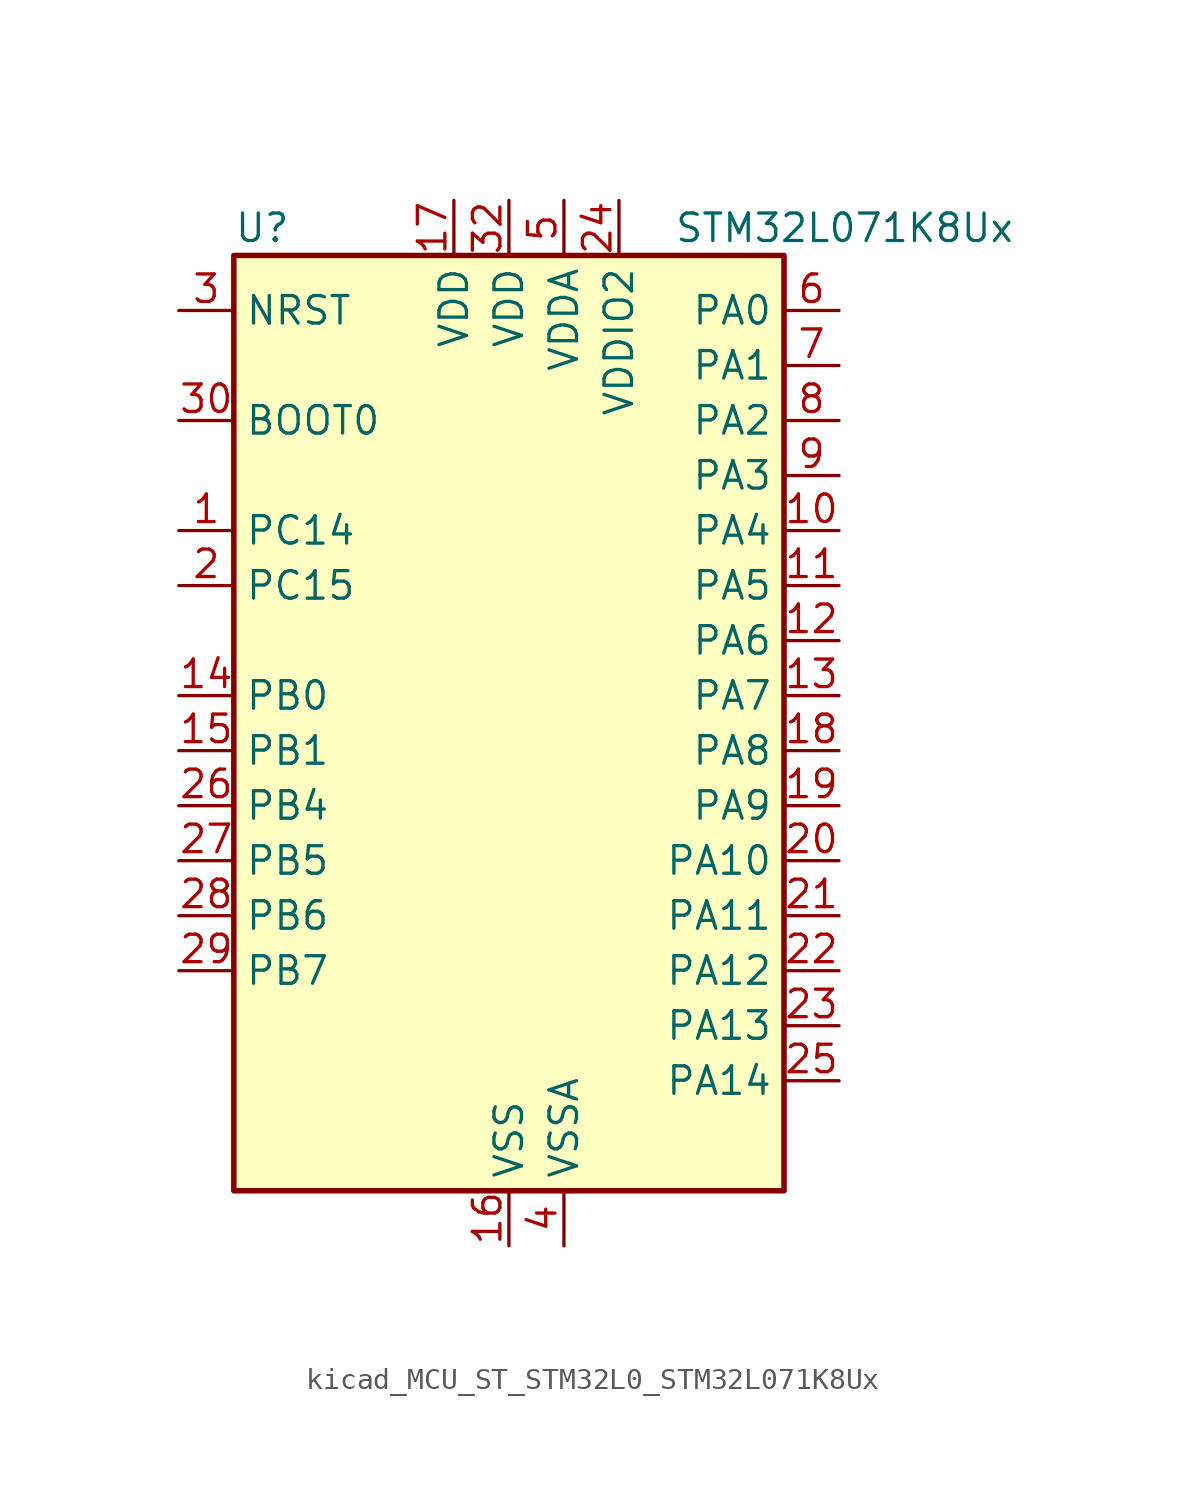
<source format=kicad_sym>
(kicad_symbol_lib
  (version 20220914)
  (generator kicad_symbol_editor)
  (symbol "kicad_MCU_ST_STM32L0_STM32L071K8Ux"
    (property "Reference" "U"
      (at -12.7 24.13 0)
      (effects (font (size 1.27 1.27)) (justify left)))
    (property "Value" "STM32L071K8Ux"
      (at 7.62 24.13 0)
      (effects (font (size 1.27 1.27)) (justify left)))
    (property "ki_locked" ""
      (at 0 0 0)
      (effects (font (size 1.27 1.27))))
    (symbol "kicad_MCU_ST_STM32L0_STM32L071K8Ux_0_1"
      (rectangle (start -12.7 -20.32) (end 12.7 22.86) (stroke (width 0.254) (type default)) (fill (type background))))
    (symbol "kicad_MCU_ST_STM32L0_STM32L071K8Ux_1_1"
      (pin bidirectional line (at -15.24 10.16 0) (length 2.54) (name "PC14" (effects (font (size 1.27 1.27)))) (number "1" (effects (font (size 1.27 1.27)))) (alternate "RCC_OSC32_IN" bidirectional line))
      (pin bidirectional line (at 15.24 10.16 180) (length 2.54) (name "PA4" (effects (font (size 1.27 1.27)))) (number "10" (effects (font (size 1.27 1.27)))) (alternate "ADC_IN4" bidirectional line) (alternate "COMP1_INM" bidirectional line) (alternate "COMP2_INM" bidirectional line) (alternate "SPI1_NSS" bidirectional line) (alternate "TIM22_ETR" bidirectional line) (alternate "USART2_CK" bidirectional line))
      (pin bidirectional line (at 15.24 7.62 180) (length 2.54) (name "PA5" (effects (font (size 1.27 1.27)))) (number "11" (effects (font (size 1.27 1.27)))) (alternate "ADC_IN5" bidirectional line) (alternate "COMP1_INM" bidirectional line) (alternate "COMP2_INM" bidirectional line) (alternate "SPI1_SCK" bidirectional line) (alternate "TIM2_CH1" bidirectional line) (alternate "TIM2_ETR" bidirectional line))
      (pin bidirectional line (at 15.24 5.08 180) (length 2.54) (name "PA6" (effects (font (size 1.27 1.27)))) (number "12" (effects (font (size 1.27 1.27)))) (alternate "ADC_IN6" bidirectional line) (alternate "COMP1_OUT" bidirectional line) (alternate "LPUART1_CTS" bidirectional line) (alternate "SPI1_MISO" bidirectional line) (alternate "TIM22_CH1" bidirectional line) (alternate "TIM3_CH1" bidirectional line))
      (pin bidirectional line (at 15.24 2.54 180) (length 2.54) (name "PA7" (effects (font (size 1.27 1.27)))) (number "13" (effects (font (size 1.27 1.27)))) (alternate "ADC_IN7" bidirectional line) (alternate "COMP2_OUT" bidirectional line) (alternate "SPI1_MOSI" bidirectional line) (alternate "TIM22_CH2" bidirectional line) (alternate "TIM3_CH2" bidirectional line))
      (pin bidirectional line (at -15.24 2.54 0) (length 2.54) (name "PB0" (effects (font (size 1.27 1.27)))) (number "14" (effects (font (size 1.27 1.27)))) (alternate "ADC_IN8" bidirectional line) (alternate "SYS_VREF_OUT_PB0" bidirectional line) (alternate "TIM3_CH3" bidirectional line))
      (pin bidirectional line (at -15.24 0 0) (length 2.54) (name "PB1" (effects (font (size 1.27 1.27)))) (number "15" (effects (font (size 1.27 1.27)))) (alternate "ADC_IN9" bidirectional line) (alternate "LPUART1_DE" bidirectional line) (alternate "LPUART1_RTS" bidirectional line) (alternate "SYS_VREF_OUT_PB1" bidirectional line) (alternate "TIM3_CH4" bidirectional line))
      (pin power_in line (at 0 -22.86 90) (length 2.54) (name "VSS" (effects (font (size 1.27 1.27)))) (number "16" (effects (font (size 1.27 1.27)))))
      (pin power_in line (at -2.54 25.4 270) (length 2.54) (name "VDD" (effects (font (size 1.27 1.27)))) (number "17" (effects (font (size 1.27 1.27)))))
      (pin bidirectional line (at 15.24 0 180) (length 2.54) (name "PA8" (effects (font (size 1.27 1.27)))) (number "18" (effects (font (size 1.27 1.27)))) (alternate "I2C3_SCL" bidirectional line) (alternate "RCC_MCO" bidirectional line) (alternate "USART1_CK" bidirectional line))
      (pin bidirectional line (at 15.24 -2.54 180) (length 2.54) (name "PA9" (effects (font (size 1.27 1.27)))) (number "19" (effects (font (size 1.27 1.27)))) (alternate "I2C1_SCL" bidirectional line) (alternate "I2C3_SMBA" bidirectional line) (alternate "RCC_MCO" bidirectional line) (alternate "USART1_TX" bidirectional line))
      (pin bidirectional line (at -15.24 7.62 0) (length 2.54) (name "PC15" (effects (font (size 1.27 1.27)))) (number "2" (effects (font (size 1.27 1.27)))) (alternate "RCC_OSC32_OUT" bidirectional line))
      (pin bidirectional line (at 15.24 -5.08 180) (length 2.54) (name "PA10" (effects (font (size 1.27 1.27)))) (number "20" (effects (font (size 1.27 1.27)))) (alternate "I2C1_SDA" bidirectional line) (alternate "USART1_RX" bidirectional line))
      (pin bidirectional line (at 15.24 -7.62 180) (length 2.54) (name "PA11" (effects (font (size 1.27 1.27)))) (number "21" (effects (font (size 1.27 1.27)))) (alternate "ADC_EXTI11" bidirectional line) (alternate "COMP1_OUT" bidirectional line) (alternate "SPI1_MISO" bidirectional line) (alternate "USART1_CTS" bidirectional line))
      (pin bidirectional line (at 15.24 -10.16 180) (length 2.54) (name "PA12" (effects (font (size 1.27 1.27)))) (number "22" (effects (font (size 1.27 1.27)))) (alternate "COMP2_OUT" bidirectional line) (alternate "SPI1_MOSI" bidirectional line) (alternate "USART1_DE" bidirectional line) (alternate "USART1_RTS" bidirectional line))
      (pin bidirectional line (at 15.24 -12.7 180) (length 2.54) (name "PA13" (effects (font (size 1.27 1.27)))) (number "23" (effects (font (size 1.27 1.27)))) (alternate "LPUART1_RX" bidirectional line) (alternate "SYS_SWDIO" bidirectional line))
      (pin power_in line (at 5.08 25.4 270) (length 2.54) (name "VDDIO2" (effects (font (size 1.27 1.27)))) (number "24" (effects (font (size 1.27 1.27)))))
      (pin bidirectional line (at 15.24 -15.24 180) (length 2.54) (name "PA14" (effects (font (size 1.27 1.27)))) (number "25" (effects (font (size 1.27 1.27)))) (alternate "LPUART1_TX" bidirectional line) (alternate "SYS_SWCLK" bidirectional line) (alternate "USART2_TX" bidirectional line))
      (pin bidirectional line (at -15.24 -2.54 0) (length 2.54) (name "PB4" (effects (font (size 1.27 1.27)))) (number "26" (effects (font (size 1.27 1.27)))) (alternate "COMP2_INP" bidirectional line) (alternate "I2C3_SDA" bidirectional line) (alternate "SPI1_MISO" bidirectional line) (alternate "TIM22_CH1" bidirectional line) (alternate "TIM3_CH1" bidirectional line) (alternate "USART1_CTS" bidirectional line))
      (pin bidirectional line (at -15.24 -5.08 0) (length 2.54) (name "PB5" (effects (font (size 1.27 1.27)))) (number "27" (effects (font (size 1.27 1.27)))) (alternate "COMP2_INP" bidirectional line) (alternate "I2C1_SMBA" bidirectional line) (alternate "LPTIM1_IN1" bidirectional line) (alternate "SPI1_MOSI" bidirectional line) (alternate "TIM22_CH2" bidirectional line) (alternate "TIM3_CH2" bidirectional line) (alternate "USART1_CK" bidirectional line))
      (pin bidirectional line (at -15.24 -7.62 0) (length 2.54) (name "PB6" (effects (font (size 1.27 1.27)))) (number "28" (effects (font (size 1.27 1.27)))) (alternate "COMP2_INP" bidirectional line) (alternate "I2C1_SCL" bidirectional line) (alternate "LPTIM1_ETR" bidirectional line) (alternate "USART1_TX" bidirectional line))
      (pin bidirectional line (at -15.24 -10.16 0) (length 2.54) (name "PB7" (effects (font (size 1.27 1.27)))) (number "29" (effects (font (size 1.27 1.27)))) (alternate "COMP2_INP" bidirectional line) (alternate "I2C1_SDA" bidirectional line) (alternate "LPTIM1_IN2" bidirectional line) (alternate "SYS_PVD_IN" bidirectional line) (alternate "USART1_RX" bidirectional line) (alternate "USART4_CTS" bidirectional line))
      (pin input line (at -15.24 20.32 0) (length 2.54) (name "NRST" (effects (font (size 1.27 1.27)))) (number "3" (effects (font (size 1.27 1.27)))))
      (pin input line (at -15.24 15.24 0) (length 2.54) (name "BOOT0" (effects (font (size 1.27 1.27)))) (number "30" (effects (font (size 1.27 1.27)))))
      (pin passive line (at 0 -22.86 90) (length 2.54) hide (name "VSS" (effects (font (size 1.27 1.27)))) (number "31" (effects (font (size 1.27 1.27)))))
      (pin power_in line (at 0 25.4 270) (length 2.54) (name "VDD" (effects (font (size 1.27 1.27)))) (number "32" (effects (font (size 1.27 1.27)))))
      (pin passive line (at 0 -22.86 90) (length 2.54) hide (name "VSS" (effects (font (size 1.27 1.27)))) (number "33" (effects (font (size 1.27 1.27)))))
      (pin power_in line (at 2.54 -22.86 90) (length 2.54) (name "VSSA" (effects (font (size 1.27 1.27)))) (number "4" (effects (font (size 1.27 1.27)))))
      (pin power_in line (at 2.54 25.4 270) (length 2.54) (name "VDDA" (effects (font (size 1.27 1.27)))) (number "5" (effects (font (size 1.27 1.27)))))
      (pin bidirectional line (at 15.24 20.32 180) (length 2.54) (name "PA0" (effects (font (size 1.27 1.27)))) (number "6" (effects (font (size 1.27 1.27)))) (alternate "ADC_IN0" bidirectional line) (alternate "COMP1_INM" bidirectional line) (alternate "COMP1_OUT" bidirectional line) (alternate "RTC_TAMP2" bidirectional line) (alternate "SYS_WKUP1" bidirectional line) (alternate "TIM2_CH1" bidirectional line) (alternate "TIM2_ETR" bidirectional line) (alternate "USART2_CTS" bidirectional line) (alternate "USART4_TX" bidirectional line))
      (pin bidirectional line (at 15.24 17.78 180) (length 2.54) (name "PA1" (effects (font (size 1.27 1.27)))) (number "7" (effects (font (size 1.27 1.27)))) (alternate "ADC_IN1" bidirectional line) (alternate "COMP1_INP" bidirectional line) (alternate "TIM21_ETR" bidirectional line) (alternate "TIM2_CH2" bidirectional line) (alternate "USART2_DE" bidirectional line) (alternate "USART2_RTS" bidirectional line) (alternate "USART4_RX" bidirectional line))
      (pin bidirectional line (at 15.24 15.24 180) (length 2.54) (name "PA2" (effects (font (size 1.27 1.27)))) (number "8" (effects (font (size 1.27 1.27)))) (alternate "ADC_IN2" bidirectional line) (alternate "COMP2_INM" bidirectional line) (alternate "COMP2_OUT" bidirectional line) (alternate "LPUART1_TX" bidirectional line) (alternate "TIM21_CH1" bidirectional line) (alternate "TIM2_CH3" bidirectional line) (alternate "USART2_TX" bidirectional line))
      (pin bidirectional line (at 15.24 12.7 180) (length 2.54) (name "PA3" (effects (font (size 1.27 1.27)))) (number "9" (effects (font (size 1.27 1.27)))) (alternate "ADC_IN3" bidirectional line) (alternate "COMP2_INP" bidirectional line) (alternate "LPUART1_RX" bidirectional line) (alternate "TIM21_CH2" bidirectional line) (alternate "TIM2_CH4" bidirectional line) (alternate "USART2_RX" bidirectional line)))))
</source>
